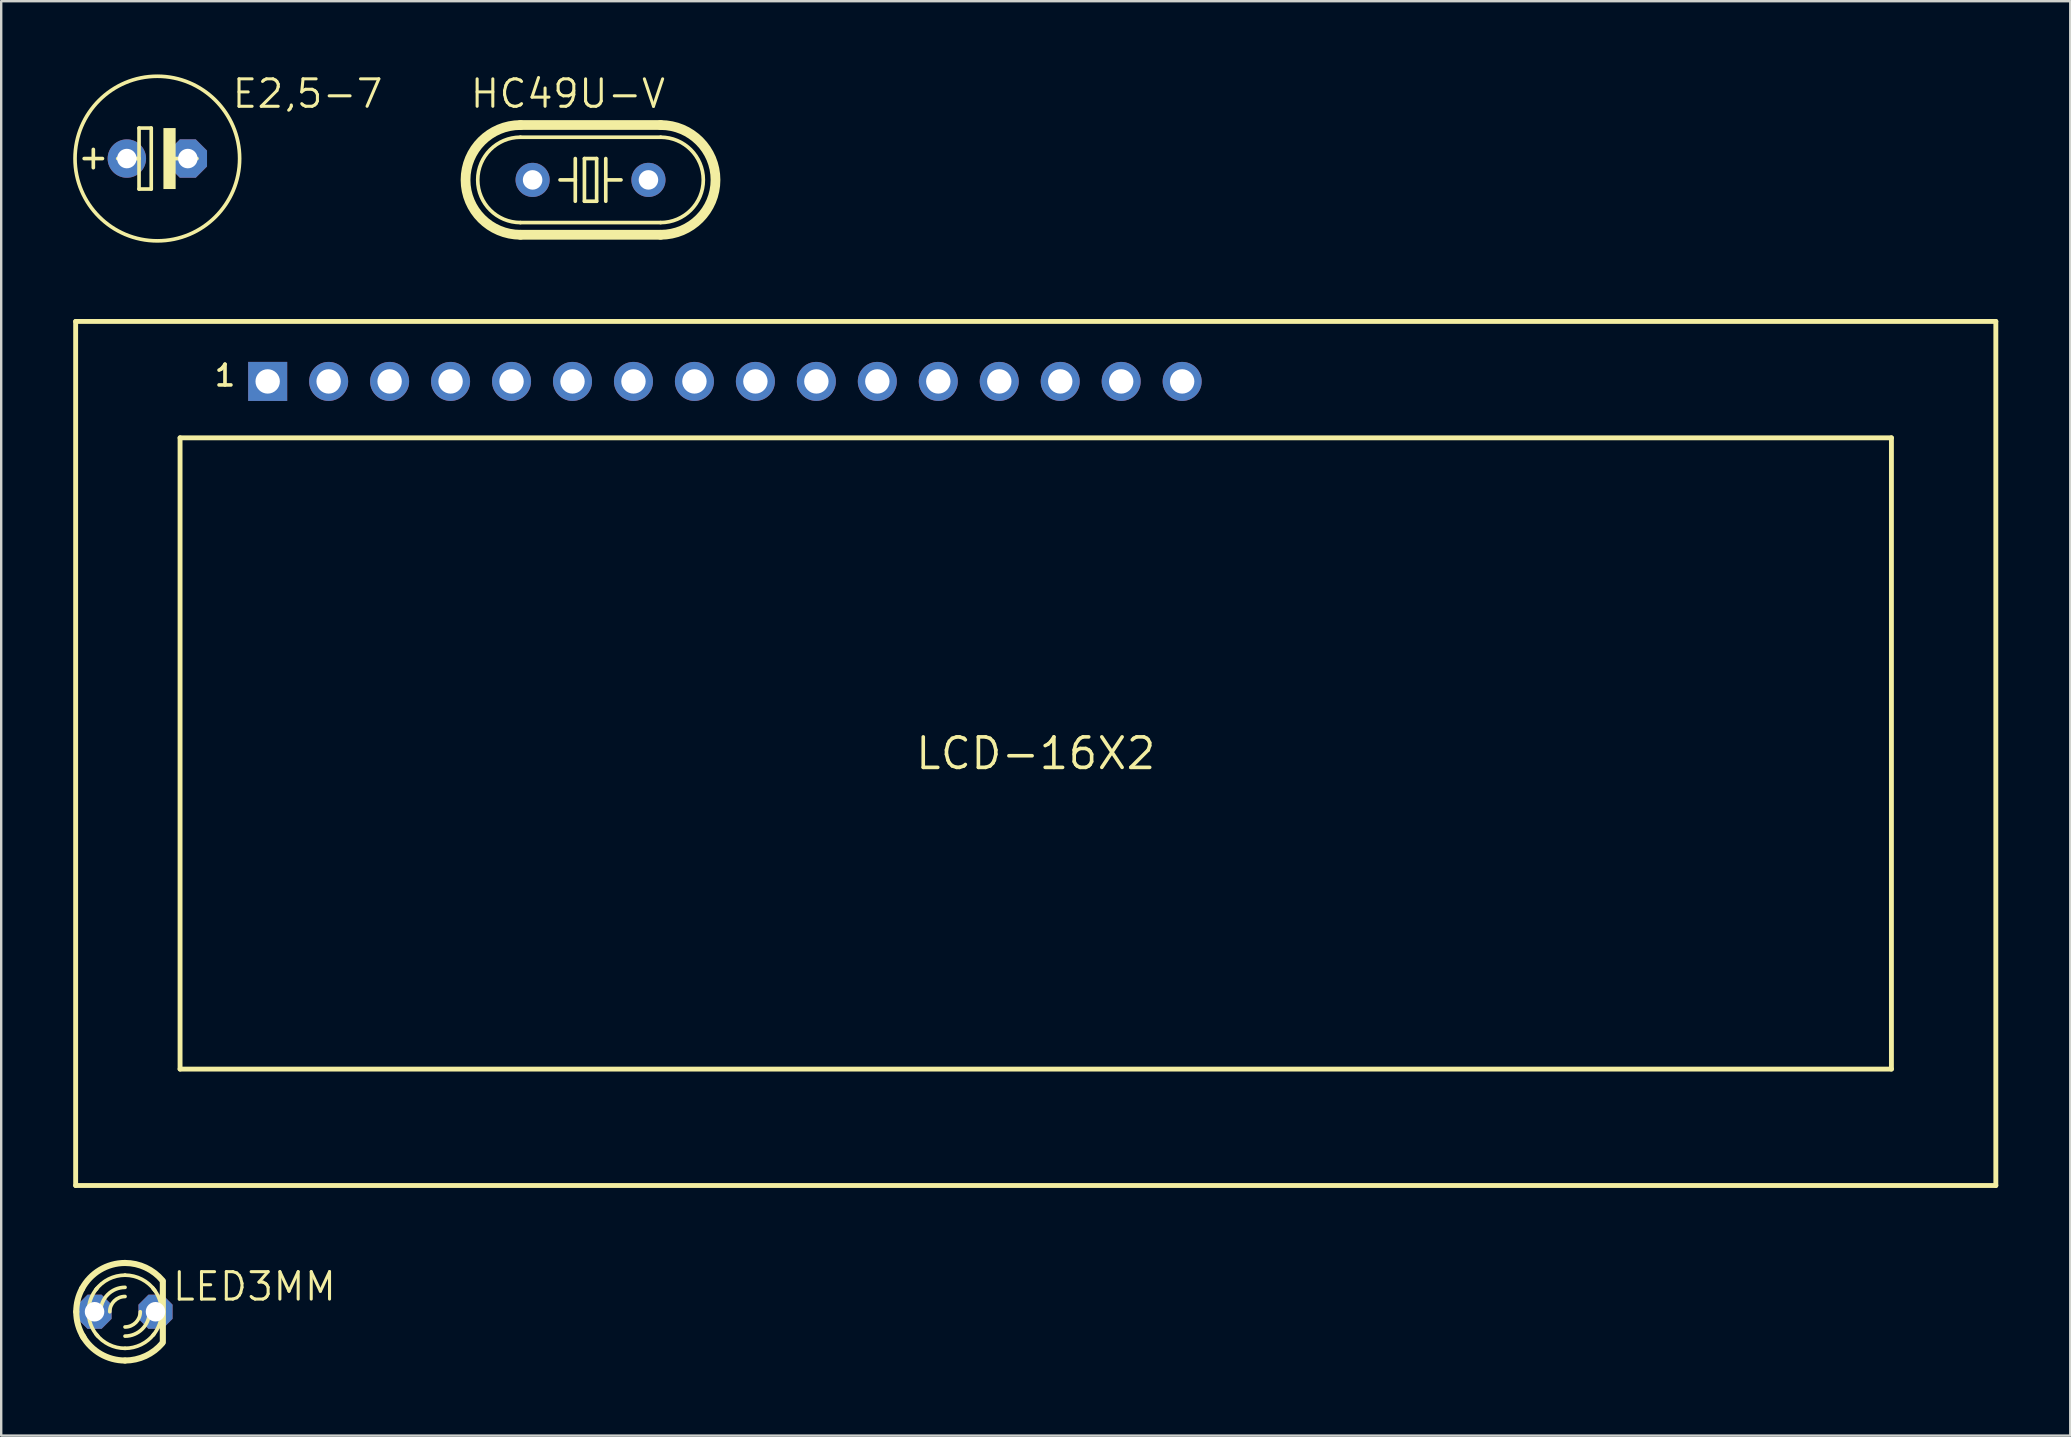
<source format=kicad_pcb>
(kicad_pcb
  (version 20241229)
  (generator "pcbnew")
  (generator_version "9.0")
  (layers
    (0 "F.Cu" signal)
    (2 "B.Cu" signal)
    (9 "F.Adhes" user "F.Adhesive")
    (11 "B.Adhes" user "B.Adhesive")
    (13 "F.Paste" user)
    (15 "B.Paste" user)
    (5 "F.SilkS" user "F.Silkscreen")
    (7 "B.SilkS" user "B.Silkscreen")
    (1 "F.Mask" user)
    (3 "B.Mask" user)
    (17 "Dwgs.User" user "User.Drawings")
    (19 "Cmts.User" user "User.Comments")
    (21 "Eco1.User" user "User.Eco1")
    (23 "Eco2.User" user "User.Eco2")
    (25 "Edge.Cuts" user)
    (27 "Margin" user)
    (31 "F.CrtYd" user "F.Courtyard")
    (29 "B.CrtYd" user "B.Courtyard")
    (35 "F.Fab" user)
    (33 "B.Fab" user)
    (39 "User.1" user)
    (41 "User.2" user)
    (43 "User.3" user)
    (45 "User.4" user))
  (footprint "HC49U-V"
    (layer "F.Cu")
    (at 21.553 4.445)
    (property "Reference" "HC49U-V" (at -5.08 -2.921 0) (unlocked yes) (layer "F.SilkS") (effects (font (size 1.143 1.143) (thickness 0.127)) (justify left bottom)))
    (fp_line (start -2.921 -2.286) (end 2.921 -2.286) (stroke (width 0.406) (type solid)) (layer "F.SilkS"))
    (fp_line (start -2.921 1.778) (end 2.921 1.778) (stroke (width 0.152) (type solid)) (layer "F.SilkS"))
    (fp_line (start -2.921 2.286) (end 2.921 2.286) (stroke (width 0.406) (type solid)) (layer "F.SilkS"))
    (fp_line (start -0.635 -0.889) (end -0.635 0) (stroke (width 0.152) (type solid)) (layer "F.SilkS"))
    (fp_line (start -0.635 0) (end -1.27 0) (stroke (width 0.152) (type solid)) (layer "F.SilkS"))
    (fp_line (start -0.635 0) (end -0.635 0.889) (stroke (width 0.152) (type solid)) (layer "F.SilkS"))
    (fp_line (start -0.254 -0.889) (end 0.254 -0.889) (stroke (width 0.152) (type solid)) (layer "F.SilkS"))
    (fp_line (start -0.254 0.889) (end -0.254 -0.889) (stroke (width 0.152) (type solid)) (layer "F.SilkS"))
    (fp_line (start 0.254 -0.889) (end 0.254 0.889) (stroke (width 0.152) (type solid)) (layer "F.SilkS"))
    (fp_line (start 0.254 0.889) (end -0.254 0.889) (stroke (width 0.152) (type solid)) (layer "F.SilkS"))
    (fp_line (start 0.635 -0.889) (end 0.635 0) (stroke (width 0.152) (type solid)) (layer "F.SilkS"))
    (fp_line (start 0.635 0) (end 0.635 0.889) (stroke (width 0.152) (type solid)) (layer "F.SilkS"))
    (fp_line (start 0.635 0) (end 1.27 0) (stroke (width 0.152) (type solid)) (layer "F.SilkS"))
    (fp_line (start 2.921 -1.778) (end -2.921 -1.778) (stroke (width 0.152) (type solid)) (layer "F.SilkS"))
    (fp_arc (start -2.921 1.778) (mid -4.699 0) (end -2.921 -1.778) (stroke (width 0.1524) (type solid)) (layer "F.SilkS"))
    (fp_arc (start -2.921 2.286) (mid -5.207 0) (end -2.921 -2.286) (stroke (width 0.4064) (type solid)) (layer "F.SilkS"))
    (fp_arc (start 2.921 -2.286) (mid 5.207 0) (end 2.921 2.286) (stroke (width 0.4064) (type solid)) (layer "F.SilkS"))
    (fp_arc (start 2.921 -1.778) (mid 4.699 0) (end 2.921 1.778) (stroke (width 0.1524) (type solid)) (layer "F.SilkS"))
    (pad "1" thru_hole circle (at -2.413 0) (size 1.422 1.422) (drill 0.813) (layers "*.Cu" "*.Mask"))
    (pad "2" thru_hole circle (at 2.413 0) (size 1.422 1.422) (drill 0.813) (layers "*.Cu" "*.Mask"))
    (zone (net_name "") (layers "F.Cu" "B.Cu") (hatch edge 0.5) (connect_pads) (min_thickness 0.25) (filled_areas_thickness no) (keepout (tracks allowed) (vias not_allowed) (pads allowed) (copperpour allowed) (footprints allowed)) (placement (enabled no)) (fill) (polygon (pts (xy 15.965 5.715) (xy 16.219 5.715) (xy 16.219 3.429) (xy 15.965 3.429))))
    (zone (net_name "") (layers "F.Cu" "B.Cu") (hatch edge 0.5) (connect_pads) (min_thickness 0.25) (filled_areas_thickness no) (keepout (tracks allowed) (vias not_allowed) (pads allowed) (copperpour allowed) (footprints allowed)) (placement (enabled no)) (fill) (polygon (pts (xy 16.219 6.223) (xy 16.727 6.223) (xy 16.727 2.667) (xy 16.219 2.667))))
    (zone (net_name "") (layers "F.Cu" "B.Cu") (hatch edge 0.5) (connect_pads) (min_thickness 0.25) (filled_areas_thickness no) (keepout (tracks allowed) (vias not_allowed) (pads allowed) (copperpour allowed) (footprints allowed)) (placement (enabled no)) (fill) (polygon (pts (xy 16.727 6.731) (xy 17.235 6.731) (xy 17.235 2.159) (xy 16.727 2.159))))
    (zone (net_name "") (layers "F.Cu" "B.Cu") (hatch edge 0.5) (connect_pads) (min_thickness 0.25) (filled_areas_thickness no) (keepout (tracks allowed) (vias not_allowed) (pads allowed) (copperpour allowed) (footprints allowed)) (placement (enabled no)) (fill) (polygon (pts (xy 17.235 6.985) (xy 17.743 6.985) (xy 17.743 1.905) (xy 17.235 1.905))))
    (zone (net_name "") (layers "F.Cu" "B.Cu") (hatch edge 0.5) (connect_pads) (min_thickness 0.25) (filled_areas_thickness no) (keepout (tracks allowed) (vias not_allowed) (pads allowed) (copperpour allowed) (footprints allowed)) (placement (enabled no)) (fill) (polygon (pts (xy 17.743 7.239) (xy 25.363 7.239) (xy 25.363 1.651) (xy 17.743 1.651))))
    (zone (net_name "") (layers "F.Cu" "B.Cu") (hatch edge 0.5) (connect_pads) (min_thickness 0.25) (filled_areas_thickness no) (keepout (tracks allowed) (vias not_allowed) (pads allowed) (copperpour allowed) (footprints allowed)) (placement (enabled no)) (fill) (polygon (pts (xy 25.363 6.985) (xy 25.871 6.985) (xy 25.871 1.905) (xy 25.363 1.905))))
    (zone (net_name "") (layers "F.Cu" "B.Cu") (hatch edge 0.5) (connect_pads) (min_thickness 0.25) (filled_areas_thickness no) (keepout (tracks allowed) (vias not_allowed) (pads allowed) (copperpour allowed) (footprints allowed)) (placement (enabled no)) (fill) (polygon (pts (xy 25.871 6.731) (xy 26.379 6.731) (xy 26.379 2.159) (xy 25.871 2.159))))
    (zone (net_name "") (layers "F.Cu" "B.Cu") (hatch edge 0.5) (connect_pads) (min_thickness 0.25) (filled_areas_thickness no) (keepout (tracks allowed) (vias not_allowed) (pads allowed) (copperpour allowed) (footprints allowed)) (placement (enabled no)) (fill) (polygon (pts (xy 26.379 6.223) (xy 26.887 6.223) (xy 26.887 2.667) (xy 26.379 2.667))))
    (zone (net_name "") (layers "F.Cu" "B.Cu") (hatch edge 0.5) (connect_pads) (min_thickness 0.25) (filled_areas_thickness no) (keepout (tracks allowed) (vias not_allowed) (pads allowed) (copperpour allowed) (footprints allowed)) (placement (enabled no)) (fill) (polygon (pts (xy 26.887 5.461) (xy 27.141 5.461) (xy 27.141 3.429) (xy 26.887 3.429)))))
  (footprint "E2,5-7"
    (layer "F.Cu")
    (at 3.505 3.556)
    (property "Reference" "E2,5-7" (at 3.048 -2.032 0) (unlocked yes) (layer "F.SilkS") (effects (font (size 1.143 1.143) (thickness 0.127)) (justify left bottom)))
    (fp_line (start -3.048 0) (end -2.286 0) (stroke (width 0.152) (type solid)) (layer "F.SilkS"))
    (fp_line (start -2.667 0.381) (end -2.667 -0.381) (stroke (width 0.152) (type solid)) (layer "F.SilkS"))
    (fp_line (start -1.651 0) (end -0.762 0) (stroke (width 0.152) (type solid)) (layer "F.SilkS"))
    (fp_line (start -0.762 -1.27) (end -0.762 0) (stroke (width 0.152) (type solid)) (layer "F.SilkS"))
    (fp_line (start -0.762 0) (end -0.762 1.27) (stroke (width 0.152) (type solid)) (layer "F.SilkS"))
    (fp_line (start -0.762 1.27) (end -0.254 1.27) (stroke (width 0.152) (type solid)) (layer "F.SilkS"))
    (fp_line (start -0.254 -1.27) (end -0.762 -1.27) (stroke (width 0.152) (type solid)) (layer "F.SilkS"))
    (fp_line (start -0.254 1.27) (end -0.254 -1.27) (stroke (width 0.152) (type solid)) (layer "F.SilkS"))
    (fp_line (start 0.635 0) (end 1.651 0) (stroke (width 0.152) (type solid)) (layer "F.SilkS"))
    (fp_circle (center 0 0) (end 3.429 0) (stroke (width 0.152) (type solid)) (fill no) (layer "F.SilkS"))
    (fp_poly (pts (xy 0.254 1.27) (xy 0.762 1.27) (xy 0.762 -1.27) (xy 0.254 -1.27)) (stroke (width 0) (type default)) (fill yes) (layer "F.SilkS"))
    (pad "+" thru_hole circle (at -1.27 0) (size 1.6 1.6) (drill 0.813) (layers "*.Cu" "*.Mask"))
    (pad "-" thru_hole roundrect (at 1.27 0) (size 1.6 1.6) (drill 0.813) (layers "*.Cu" "*.Mask") (roundrect_rratio 0.25) (chamfer_ratio 0.293) (chamfer top_left top_right bottom_left bottom_right)))
  (footprint "LCD-16X2"
    (layer "F.Cu")
    (at 40.102 28.341)
    (property "Reference" "LCD-16X2" (at 0 0 0) (layer "F.SilkS") (effects (font (size 1.27 1.27) (thickness 0.15))))
    (fp_line (start -40 -18) (end 40 -18) (stroke (width 0.203) (type solid)) (layer "F.SilkS"))
    (fp_line (start -40 18) (end -40 -18) (stroke (width 0.203) (type solid)) (layer "F.SilkS"))
    (fp_line (start -35.65 -13.15) (end 35.65 -13.15) (stroke (width 0.203) (type solid)) (layer "F.SilkS"))
    (fp_line (start -35.65 13.15) (end -35.65 -13.15) (stroke (width 0.203) (type solid)) (layer "F.SilkS"))
    (fp_line (start 35.65 -13.15) (end 35.65 13.15) (stroke (width 0.203) (type solid)) (layer "F.SilkS"))
    (fp_line (start 35.65 13.15) (end -35.65 13.15) (stroke (width 0.203) (type solid)) (layer "F.SilkS"))
    (fp_line (start 40 -18) (end 40 18) (stroke (width 0.203) (type solid)) (layer "F.SilkS"))
    (fp_line (start 40 18) (end -40 18) (stroke (width 0.203) (type solid)) (layer "F.SilkS"))
    (fp_line (start -32.25 -8.2) (end 32.25 -8.2) (stroke (width 0.203) (type solid)) (layer "User.4"))
    (fp_line (start -32.25 8.2) (end -32.25 -8.2) (stroke (width 0.203) (type solid)) (layer "User.4"))
    (fp_line (start 32.25 -8.2) (end 32.25 8.2) (stroke (width 0.203) (type solid)) (layer "User.4"))
    (fp_line (start 32.25 8.2) (end -32.25 8.2) (stroke (width 0.203) (type solid)) (layer "User.4"))
    (fp_text user "1" (at -34.29 -15.24 0) (unlocked yes) (layer "F.SilkS") (effects (font (size 0.864 0.864) (thickness 0.152)) (justify left bottom)))
    (pad "1" thru_hole rect (at -32 -15.5) (size 1.626 1.626) (drill 1.016) (layers "*.Cu" "*.Mask"))
    (pad "2" thru_hole circle (at -29.46 -15.5) (size 1.626 1.626) (drill 1.016) (layers "*.Cu" "*.Mask"))
    (pad "3" thru_hole circle (at -26.92 -15.5) (size 1.626 1.626) (drill 1.016) (layers "*.Cu" "*.Mask"))
    (pad "4" thru_hole circle (at -24.38 -15.5) (size 1.626 1.626) (drill 1.016) (layers "*.Cu" "*.Mask"))
    (pad "5" thru_hole circle (at -21.84 -15.5) (size 1.626 1.626) (drill 1.016) (layers "*.Cu" "*.Mask"))
    (pad "6" thru_hole circle (at -19.3 -15.5) (size 1.626 1.626) (drill 1.016) (layers "*.Cu" "*.Mask"))
    (pad "7" thru_hole circle (at -16.76 -15.5) (size 1.626 1.626) (drill 1.016) (layers "*.Cu" "*.Mask"))
    (pad "8" thru_hole circle (at -14.22 -15.5) (size 1.626 1.626) (drill 1.016) (layers "*.Cu" "*.Mask"))
    (pad "9" thru_hole circle (at -11.68 -15.5) (size 1.626 1.626) (drill 1.016) (layers "*.Cu" "*.Mask"))
    (pad "10" thru_hole circle (at -9.14 -15.5) (size 1.626 1.626) (drill 1.016) (layers "*.Cu" "*.Mask"))
    (pad "11" thru_hole circle (at -6.6 -15.5) (size 1.626 1.626) (drill 1.016) (layers "*.Cu" "*.Mask"))
    (pad "12" thru_hole circle (at -4.06 -15.5) (size 1.626 1.626) (drill 1.016) (layers "*.Cu" "*.Mask"))
    (pad "13" thru_hole circle (at -1.52 -15.5) (size 1.626 1.626) (drill 1.016) (layers "*.Cu" "*.Mask"))
    (pad "14" thru_hole circle (at 1.02 -15.5) (size 1.626 1.626) (drill 1.016) (layers "*.Cu" "*.Mask"))
    (pad "15" thru_hole circle (at 3.56 -15.5) (size 1.626 1.626) (drill 1.016) (layers "*.Cu" "*.Mask"))
    (pad "16" thru_hole circle (at 6.1 -15.5) (size 1.626 1.626) (drill 1.016) (layers "*.Cu" "*.Mask")))
  (footprint "LED3MM"
    (layer "F.Cu")
    (at 2.159 51.601)
    (property "Reference" "LED3MM" (at 1.905 -0.381 0) (unlocked yes) (layer "F.SilkS") (effects (font (size 1.143 1.143) (thickness 0.127)) (justify left bottom)))
    (fp_line (start 1.575 1.27) (end 1.575 -1.27) (stroke (width 0.254) (type solid)) (layer "F.SilkS"))
    (fp_arc (start -2.032 0) (mid -1.970339 -0.496775) (end -1.7891 -0.9634) (stroke (width 0.254) (type solid)) (layer "F.SilkS"))
    (fp_arc (start -1.7929 -0.9562) (mid -1.045438 -1.7424) (end 0 -2.032) (stroke (width 0.254) (type solid)) (layer "F.SilkS"))
    (fp_arc (start -1.7306 1.065) (mid -1.95521 0.553417) (end -2.032 0) (stroke (width 0.254) (type solid)) (layer "F.SilkS"))
    (fp_arc (start -1.524 0) (mid -1.432981 -0.518783) (end -1.1708 -0.9756) (stroke (width 0.1524) (type solid)) (layer "F.SilkS"))
    (fp_arc (start -1.2192 -0.9144) (mid -0.681554 -1.363107) (end 0 -1.524) (stroke (width 0.1524) (type solid)) (layer "F.SilkS"))
    (fp_arc (start -1.1391 1.0125) (mid -1.42454 0.5416) (end -1.524 0) (stroke (width 0.1524) (type solid)) (layer "F.SilkS"))
    (fp_arc (start -1.016 0) (mid -0.71842 -0.71842) (end 0 -1.016) (stroke (width 0.1524) (type solid)) (layer "F.SilkS"))
    (fp_arc (start -0.635 0) (mid -0.449013 -0.449013) (end 0 -0.635) (stroke (width 0.1524) (type solid)) (layer "F.SilkS"))
    (fp_arc (start 0 -2.032) (mid 0.861864 -1.840173) (end 1.561 -1.3009) (stroke (width 0.254) (type solid)) (layer "F.SilkS"))
    (fp_arc (start 0 -1.524) (mid 0.697339 -1.355082) (end 1.2401 -0.885801) (stroke (width 0.1524) (type solid)) (layer "F.SilkS"))
    (fp_arc (start 0 1.524) (mid -0.669593 1.369018) (end -1.203 0.9356) (stroke (width 0.1524) (type solid)) (layer "F.SilkS"))
    (fp_arc (start 0 2.032) (mid -1.019924 1.757525) (end -1.7643 1.0082) (stroke (width 0.254) (type solid)) (layer "F.SilkS"))
    (fp_arc (start 0.635 0) (mid 0.449013 0.449013) (end 0 0.635) (stroke (width 0.1524) (type solid)) (layer "F.SilkS"))
    (fp_arc (start 1.016 0) (mid 0.71842 0.71842) (end 0 1.016) (stroke (width 0.1524) (type solid)) (layer "F.SilkS"))
    (fp_arc (start 1.1571 -0.9918) (mid 1.429332 -0.528744) (end 1.524 0) (stroke (width 0.1524) (type solid)) (layer "F.SilkS"))
    (fp_arc (start 1.203 0.9356) (mid 0.669593 1.369018) (end 0 1.524) (stroke (width 0.1524) (type solid)) (layer "F.SilkS"))
    (fp_arc (start 1.524 0) (mid 1.432981 0.518783) (end 1.1708 0.9756) (stroke (width 0.1524) (type solid)) (layer "F.SilkS"))
    (fp_arc (start 1.5512 1.3126) (mid 0.854953 1.843405) (end 0 2.032) (stroke (width 0.254) (type solid)) (layer "F.SilkS"))
    (pad "A" thru_hole roundrect (at -1.27 0) (size 1.422 1.422) (drill 0.813) (layers "*.Cu" "*.Mask") (roundrect_rratio 0.25) (chamfer_ratio 0.293) (chamfer top_left top_right bottom_left bottom_right))
    (pad "K" thru_hole roundrect (at 1.27 0) (size 1.422 1.422) (drill 0.813) (layers "*.Cu" "*.Mask") (roundrect_rratio 0.25) (chamfer_ratio 0.293) (chamfer top_left top_right bottom_left bottom_right)))
  (gr_rect
    (start -3 -3)
    (end 83.203 56.76)
    (stroke (width 0.1) (type default))
    (fill no)
    (layer "Edge.Cuts")))
</source>
